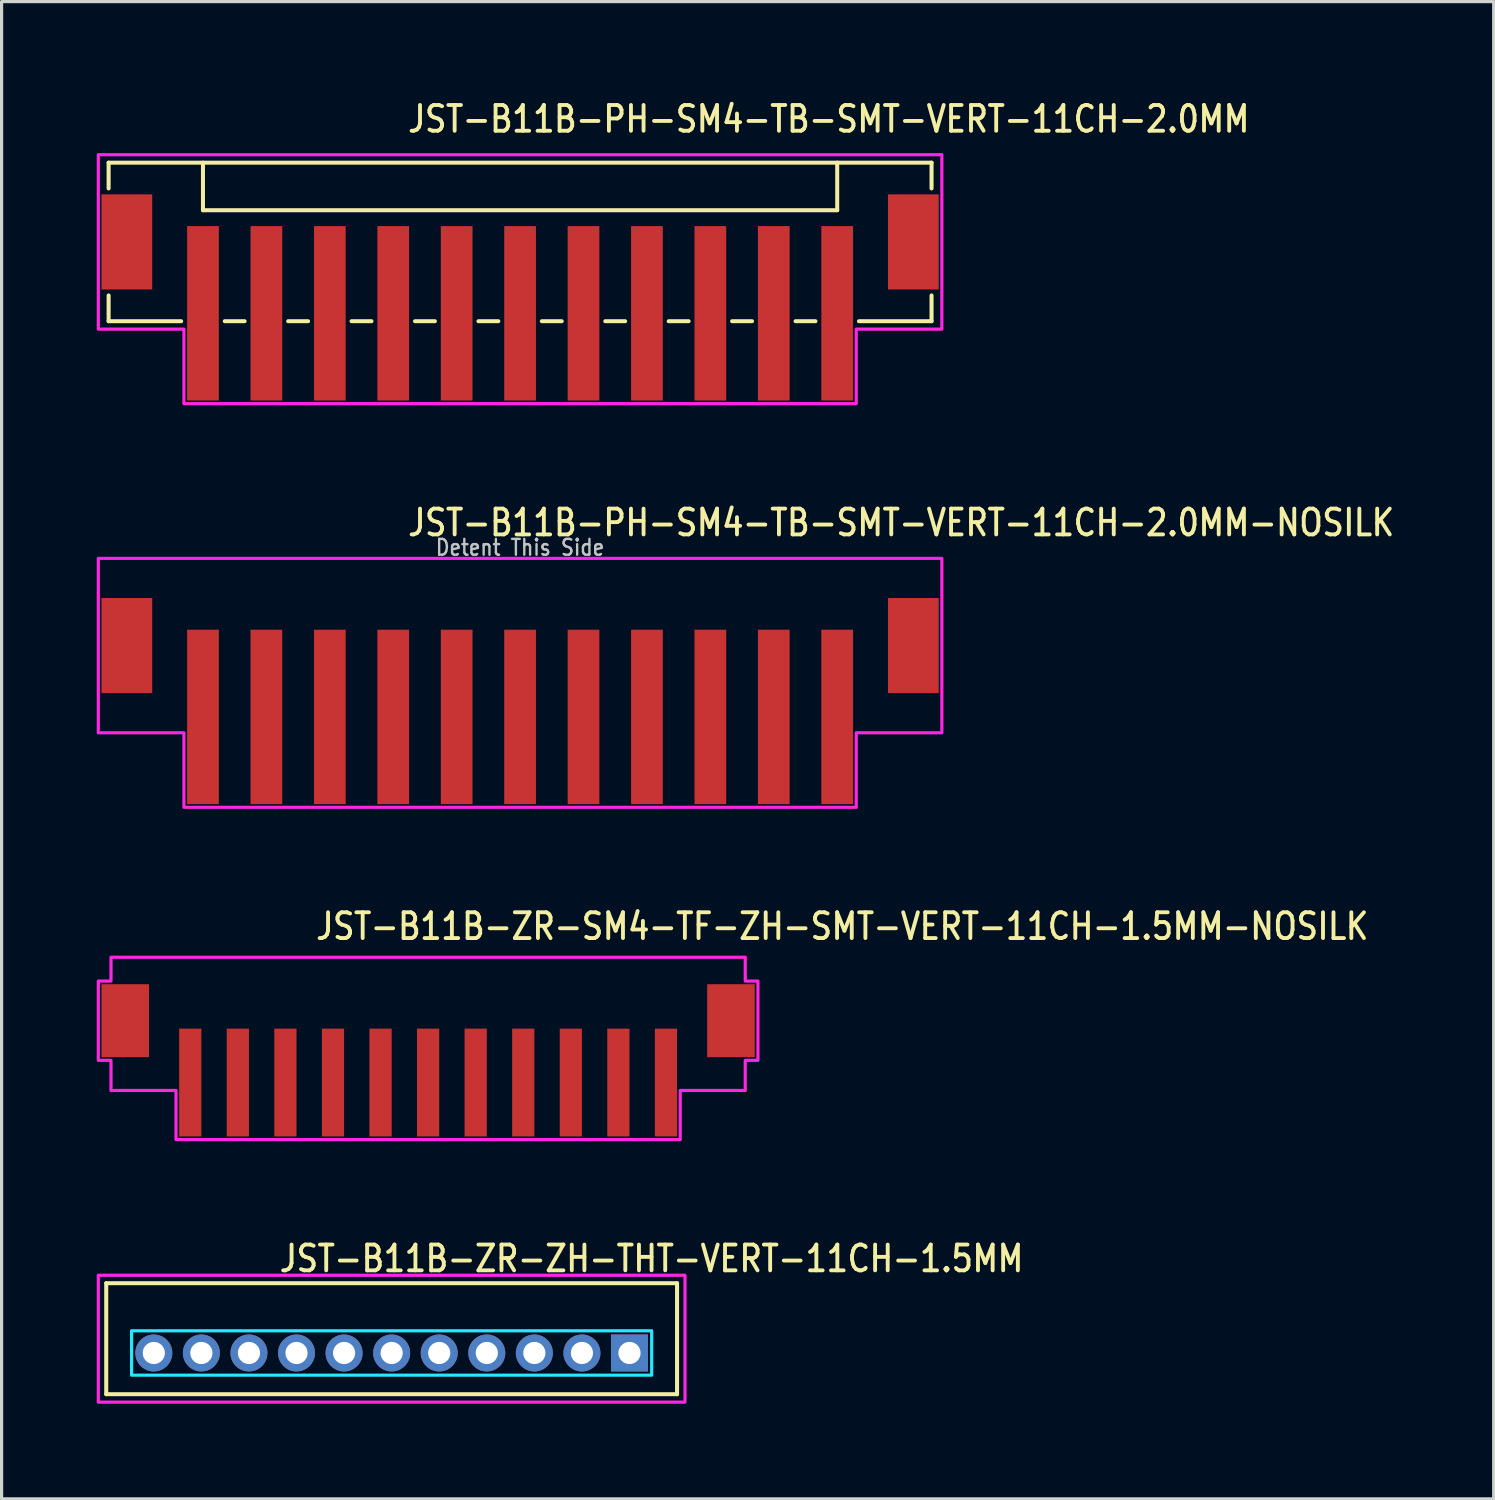
<source format=kicad_pcb>
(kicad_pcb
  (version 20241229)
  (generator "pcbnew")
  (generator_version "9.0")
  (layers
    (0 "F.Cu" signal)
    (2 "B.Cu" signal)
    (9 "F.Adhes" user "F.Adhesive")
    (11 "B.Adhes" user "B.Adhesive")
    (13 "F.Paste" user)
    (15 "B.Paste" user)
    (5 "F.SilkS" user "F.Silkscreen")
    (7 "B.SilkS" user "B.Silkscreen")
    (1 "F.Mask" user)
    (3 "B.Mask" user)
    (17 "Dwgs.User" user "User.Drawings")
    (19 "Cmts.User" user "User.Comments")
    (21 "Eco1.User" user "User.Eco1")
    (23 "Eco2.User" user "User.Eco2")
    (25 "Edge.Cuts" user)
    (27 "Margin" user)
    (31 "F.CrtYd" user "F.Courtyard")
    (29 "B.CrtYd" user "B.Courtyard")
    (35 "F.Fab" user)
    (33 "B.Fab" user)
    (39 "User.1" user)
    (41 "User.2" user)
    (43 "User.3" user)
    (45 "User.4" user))
  (footprint "JST-B11B-ZR-ZH-THT-VERT-11CH-1.5MM"
    (layer "F.Cu")
    (at 9.3 39.614)
    (property "Reference" "JST-B11B-ZR-ZH-THT-VERT-11CH-1.5MM" (at -3.6 -2.5 0) (unlocked yes) (layer "F.SilkS") (effects (font (size 0.813 0.695) (thickness 0.122)) (justify left bottom)))
    (fp_line (start -9 -2.2) (end 9 -2.2) (stroke (width 0.127) (type solid)) (layer "F.SilkS"))
    (fp_line (start -9 1.3) (end -9 -2.2) (stroke (width 0.127) (type solid)) (layer "F.SilkS"))
    (fp_line (start -9 1.3) (end 9 1.3) (stroke (width 0.127) (type solid)) (layer "F.SilkS"))
    (fp_line (start 9 -2.2) (end 9 1.3) (stroke (width 0.127) (type solid)) (layer "F.SilkS"))
    (fp_poly (pts (xy -8.2 -0.7) (xy -8.2 0.7) (xy 8.2 0.7) (xy 8.2 -0.7)) (stroke (width 0.1) (type solid)) (fill no) (layer "B.CrtYd"))
    (fp_poly (pts (xy -9.25 -2.45) (xy -9.25 1.55) (xy 9.25 1.55) (xy 9.25 -2.45)) (stroke (width 0.1) (type solid)) (fill no) (layer "F.CrtYd"))
    (pad "P$1" thru_hole rect (at 7.5 0) (size 1.167 1.167) (drill 0.7) (layers "*.Cu" "*.Mask"))
    (pad "P$2" thru_hole oval (at 6 0) (size 1.167 1.167) (drill 0.7) (layers "*.Cu" "*.Mask"))
    (pad "P$3" thru_hole oval (at 4.5 0) (size 1.167 1.167) (drill 0.7) (layers "*.Cu" "*.Mask"))
    (pad "P$4" thru_hole oval (at 3 0) (size 1.167 1.167) (drill 0.7) (layers "*.Cu" "*.Mask"))
    (pad "P$5" thru_hole oval (at 1.5 0) (size 1.167 1.167) (drill 0.7) (layers "*.Cu" "*.Mask"))
    (pad "P$6" thru_hole oval (at 0 0) (size 1.167 1.167) (drill 0.7) (layers "*.Cu" "*.Mask"))
    (pad "P$7" thru_hole oval (at -1.5 0) (size 1.167 1.167) (drill 0.7) (layers "*.Cu" "*.Mask"))
    (pad "P$8" thru_hole oval (at -3 0) (size 1.167 1.167) (drill 0.7) (layers "*.Cu" "*.Mask"))
    (pad "P$9" thru_hole oval (at -4.5 0) (size 1.167 1.167) (drill 0.7) (layers "*.Cu" "*.Mask"))
    (pad "P$10" thru_hole oval (at -6 0) (size 1.167 1.167) (drill 0.7) (layers "*.Cu" "*.Mask"))
    (pad "P$11" thru_hole oval (at -7.5 0) (size 1.167 1.167) (drill 0.7) (layers "*.Cu" "*.Mask")))
  (footprint "JST-B11B-PH-SM4-TB-SMT-VERT-11CH-2.0MM-NOSILK"
    (layer "F.Cu")
    (at 13.35 17.307)
    (property "Reference" "JST-B11B-PH-SM4-TB-SMT-VERT-11CH-2.0MM-NOSILK" (at -3.6 -3.4 0) (unlocked yes) (layer "F.SilkS") (effects (font (size 0.813 0.695) (thickness 0.122)) (justify left bottom)))
    (fp_poly (pts (xy -13.3 -2.75) (xy -13.3 2.75) (xy -10.6 2.75) (xy -10.6 5.1) (xy 10.6 5.1) (xy 10.6 2.75) (xy 13.3 2.75) (xy 13.3 -2.75)) (stroke (width 0.1) (type solid)) (fill no) (layer "F.CrtYd"))
    (fp_text user "Detent This Side" (at 0 -2.8 0) (unlocked yes) (layer "Dwgs.User") (effects (font (size 0.5 0.427) (thickness 0.075)) (justify bottom)))
    (pad "P$1" smd rect (at -10 2.25) (size 1 5.5) (layers "F.Cu" "F.Mask" "F.Paste"))
    (pad "P$2" smd rect (at -8 2.25) (size 1 5.5) (layers "F.Cu" "F.Mask" "F.Paste"))
    (pad "P$3" smd rect (at -6 2.25) (size 1 5.5) (layers "F.Cu" "F.Mask" "F.Paste"))
    (pad "P$4" smd rect (at -4 2.25) (size 1 5.5) (layers "F.Cu" "F.Mask" "F.Paste"))
    (pad "P$5" smd rect (at -2 2.25) (size 1 5.5) (layers "F.Cu" "F.Mask" "F.Paste"))
    (pad "P$6" smd rect (at 0 2.25) (size 1 5.5) (layers "F.Cu" "F.Mask" "F.Paste"))
    (pad "P$7" smd rect (at 2 2.25) (size 1 5.5) (layers "F.Cu" "F.Mask" "F.Paste"))
    (pad "P$8" smd rect (at 4 2.25) (size 1 5.5) (layers "F.Cu" "F.Mask" "F.Paste"))
    (pad "P$9" smd rect (at 6 2.25) (size 1 5.5) (layers "F.Cu" "F.Mask" "F.Paste"))
    (pad "P$10" smd rect (at 8 2.25) (size 1 5.5) (layers "F.Cu" "F.Mask" "F.Paste"))
    (pad "P$11" smd rect (at 10 2.25) (size 1 5.5) (layers "F.Cu" "F.Mask" "F.Paste"))
    (pad "S$1" smd rect (at -12.4 0) (size 1.6 3) (layers "F.Cu" "F.Mask" "F.Paste"))
    (pad "S$2" smd rect (at 12.4 0) (size 1.6 3) (layers "F.Cu" "F.Mask" "F.Paste")))
  (footprint "JST-B11B-ZR-SM4-TF-ZH-SMT-VERT-11CH-1.5MM-NOSILK"
    (layer "F.Cu")
    (at 10.45 29.136)
    (property "Reference" "JST-B11B-ZR-SM4-TF-ZH-SMT-VERT-11CH-1.5MM-NOSILK" (at -3.6 -2.5 0) (unlocked yes) (layer "F.SilkS") (effects (font (size 0.813 0.695) (thickness 0.122)) (justify left bottom)))
    (fp_poly (pts (xy -10 -2) (xy -10 -1.25) (xy -10.4 -1.25) (xy -10.4 1.25) (xy -10 1.25) (xy -10 2.2) (xy -7.95 2.2) (xy -7.95 3.75) (xy 7.95 3.75) (xy 7.95 2.2) (xy 10 2.2) (xy 10 1.25) (xy 10.4 1.25) (xy 10.4 -1.25) (xy 10 -1.25) (xy 10 -2)) (stroke (width 0.1) (type solid)) (fill no) (layer "F.CrtYd"))
    (pad "P$1" smd rect (at -7.5 1.95) (size 0.7 3.4) (layers "F.Cu" "F.Mask" "F.Paste"))
    (pad "P$2" smd rect (at -6 1.95) (size 0.7 3.4) (layers "F.Cu" "F.Mask" "F.Paste"))
    (pad "P$3" smd rect (at -4.5 1.95) (size 0.7 3.4) (layers "F.Cu" "F.Mask" "F.Paste"))
    (pad "P$4" smd rect (at -3 1.95) (size 0.7 3.4) (layers "F.Cu" "F.Mask" "F.Paste"))
    (pad "P$5" smd rect (at -1.5 1.95) (size 0.7 3.4) (layers "F.Cu" "F.Mask" "F.Paste"))
    (pad "P$6" smd rect (at 0 1.95) (size 0.7 3.4) (layers "F.Cu" "F.Mask" "F.Paste"))
    (pad "P$7" smd rect (at 1.5 1.95) (size 0.7 3.4) (layers "F.Cu" "F.Mask" "F.Paste"))
    (pad "P$8" smd rect (at 3 1.95) (size 0.7 3.4) (layers "F.Cu" "F.Mask" "F.Paste"))
    (pad "P$9" smd rect (at 4.5 1.95) (size 0.7 3.4) (layers "F.Cu" "F.Mask" "F.Paste"))
    (pad "P$10" smd rect (at 6 1.95) (size 0.7 3.4) (layers "F.Cu" "F.Mask" "F.Paste"))
    (pad "P$11" smd rect (at 7.5 1.95) (size 0.7 3.4) (layers "F.Cu" "F.Mask" "F.Paste"))
    (pad "P$12" smd rect (at 9.55 0) (size 1.5 2.3) (layers "F.Cu" "F.Mask" "F.Paste"))
    (pad "P$13" smd rect (at -9.55 0) (size 1.5 2.3) (layers "F.Cu" "F.Mask" "F.Paste")))
  (footprint "JST-B11B-PH-SM4-TB-SMT-VERT-11CH-2.0MM"
    (layer "F.Cu")
    (at 13.35 4.579)
    (property "Reference" "JST-B11B-PH-SM4-TB-SMT-VERT-11CH-2.0MM" (at -3.6 -3.4 0) (unlocked yes) (layer "F.SilkS") (effects (font (size 0.813 0.695) (thickness 0.122)) (justify left bottom)))
    (fp_line (start -12.975 -2.5) (end -12.975 -1.687) (stroke (width 0.127) (type solid)) (layer "F.SilkS"))
    (fp_line (start -12.975 -2.5) (end 12.975 -2.5) (stroke (width 0.127) (type solid)) (layer "F.SilkS"))
    (fp_line (start -12.975 2.5) (end -12.975 1.687) (stroke (width 0.127) (type solid)) (layer "F.SilkS"))
    (fp_line (start -12.975 2.5) (end -10.687 2.5) (stroke (width 0.127) (type solid)) (layer "F.SilkS"))
    (fp_line (start -10 -2.5) (end -10 -1) (stroke (width 0.127) (type solid)) (layer "F.SilkS"))
    (fp_line (start -10 -1) (end 10 -1) (stroke (width 0.127) (type solid)) (layer "F.SilkS"))
    (fp_line (start -9.313 2.5) (end -8.687 2.5) (stroke (width 0.127) (type solid)) (layer "F.SilkS"))
    (fp_line (start -7.314 2.5) (end -6.686 2.5) (stroke (width 0.127) (type solid)) (layer "F.SilkS"))
    (fp_line (start -5.314 2.5) (end -4.686 2.5) (stroke (width 0.127) (type solid)) (layer "F.SilkS"))
    (fp_line (start -3.313 2.5) (end -2.687 2.5) (stroke (width 0.127) (type solid)) (layer "F.SilkS"))
    (fp_line (start -1.313 2.5) (end -0.686 2.5) (stroke (width 0.127) (type solid)) (layer "F.SilkS"))
    (fp_line (start 0.686 2.5) (end 1.313 2.5) (stroke (width 0.127) (type solid)) (layer "F.SilkS"))
    (fp_line (start 2.687 2.5) (end 3.313 2.5) (stroke (width 0.127) (type solid)) (layer "F.SilkS"))
    (fp_line (start 4.686 2.5) (end 5.314 2.5) (stroke (width 0.127) (type solid)) (layer "F.SilkS"))
    (fp_line (start 6.686 2.5) (end 7.314 2.5) (stroke (width 0.127) (type solid)) (layer "F.SilkS"))
    (fp_line (start 8.687 2.5) (end 9.313 2.5) (stroke (width 0.127) (type solid)) (layer "F.SilkS"))
    (fp_line (start 10 -1) (end 10 -2.5) (stroke (width 0.127) (type solid)) (layer "F.SilkS"))
    (fp_line (start 10.687 2.5) (end 12.975 2.5) (stroke (width 0.127) (type solid)) (layer "F.SilkS"))
    (fp_line (start 12.975 -1.687) (end 12.975 -2.5) (stroke (width 0.127) (type solid)) (layer "F.SilkS"))
    (fp_line (start 12.975 1.687) (end 12.975 2.5) (stroke (width 0.127) (type solid)) (layer "F.SilkS"))
    (fp_poly (pts (xy -13.3 -2.75) (xy -13.3 2.75) (xy -10.6 2.75) (xy -10.6 5.1) (xy 10.6 5.1) (xy 10.6 2.75) (xy 13.3 2.75) (xy 13.3 -2.75)) (stroke (width 0.1) (type solid)) (fill no) (layer "F.CrtYd"))
    (pad "P$1" smd rect (at -10 2.25) (size 1 5.5) (layers "F.Cu" "F.Mask" "F.Paste"))
    (pad "P$2" smd rect (at -8 2.25) (size 1 5.5) (layers "F.Cu" "F.Mask" "F.Paste"))
    (pad "P$3" smd rect (at -6 2.25) (size 1 5.5) (layers "F.Cu" "F.Mask" "F.Paste"))
    (pad "P$4" smd rect (at -4 2.25) (size 1 5.5) (layers "F.Cu" "F.Mask" "F.Paste"))
    (pad "P$5" smd rect (at -2 2.25) (size 1 5.5) (layers "F.Cu" "F.Mask" "F.Paste"))
    (pad "P$6" smd rect (at 0 2.25) (size 1 5.5) (layers "F.Cu" "F.Mask" "F.Paste"))
    (pad "P$7" smd rect (at 2 2.25) (size 1 5.5) (layers "F.Cu" "F.Mask" "F.Paste"))
    (pad "P$8" smd rect (at 4 2.25) (size 1 5.5) (layers "F.Cu" "F.Mask" "F.Paste"))
    (pad "P$9" smd rect (at 6 2.25) (size 1 5.5) (layers "F.Cu" "F.Mask" "F.Paste"))
    (pad "P$10" smd rect (at 8 2.25) (size 1 5.5) (layers "F.Cu" "F.Mask" "F.Paste"))
    (pad "P$11" smd rect (at 10 2.25) (size 1 5.5) (layers "F.Cu" "F.Mask" "F.Paste"))
    (pad "S$1" smd rect (at -12.4 0) (size 1.6 3) (layers "F.Cu" "F.Mask" "F.Paste"))
    (pad "S$2" smd rect (at 12.4 0) (size 1.6 3) (layers "F.Cu" "F.Mask" "F.Paste")))
  (gr_rect
    (start -3 -3)
    (end 44.051 44.214)
    (stroke (width 0.1) (type default))
    (fill no)
    (layer "Edge.Cuts")))
</source>
